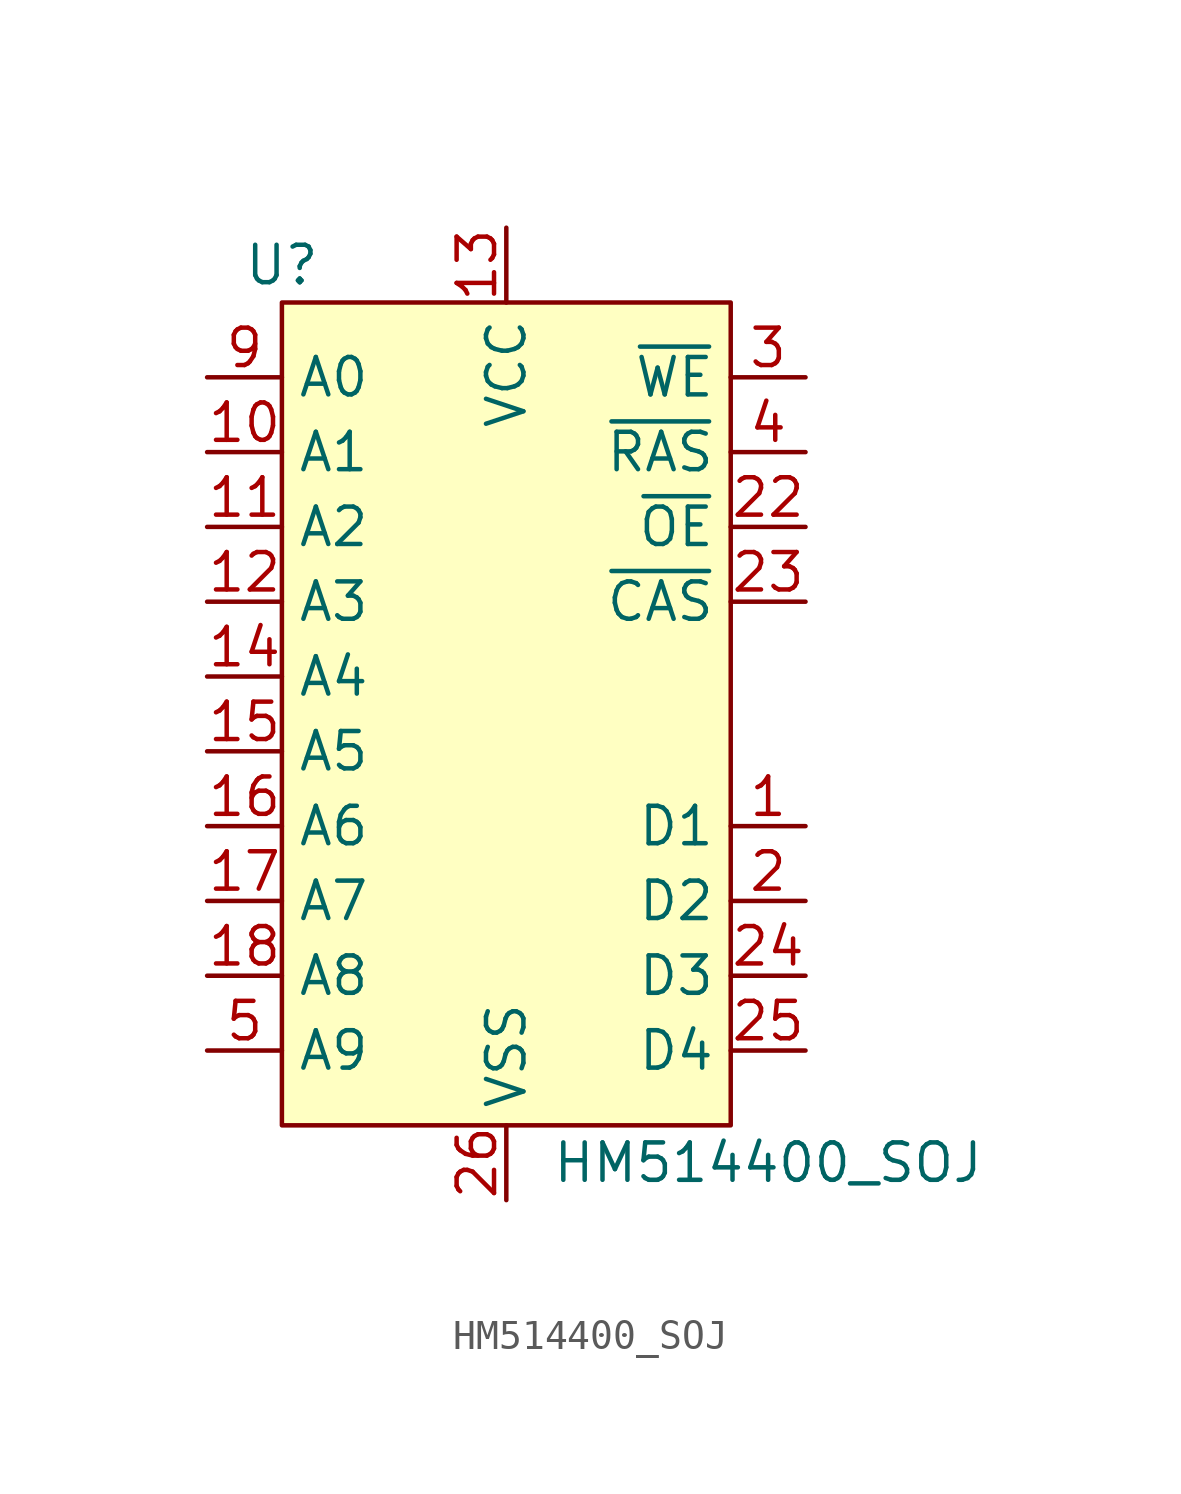
<source format=kicad_sym>
(kicad_symbol_lib
  (version 20220914)
  (generator kicad_symbol_editor)
  (symbol "HM514400_SOJ"
    (property "Reference" "U"
      (at -7.62 16.51 0)
      (effects (font (size 1.27 1.27))))
    (property "Value" "HM514400_SOJ"
      (at 8.89 -13.97 0)
      (effects (font (size 1.27 1.27))))
    (symbol "HM514400_SOJ_1_1"
      (polyline (pts (xy -7.62 15.24) (xy -7.62 -12.7) (xy 7.62 -12.7) (xy 7.62 15.24) (xy -7.62 15.24)) (stroke (width 0) (type default)) (fill (type background)))
      (pin bidirectional line (at 10.16 -2.54 180) (length 2.54) (name "D1" (effects (font (size 1.27 1.27)))) (number "1" (effects (font (size 1.27 1.27)))))
      (pin input line (at -10.16 10.16 0) (length 2.54) (name "A1" (effects (font (size 1.27 1.27)))) (number "10" (effects (font (size 1.27 1.27)))))
      (pin input line (at -10.16 7.62 0) (length 2.54) (name "A2" (effects (font (size 1.27 1.27)))) (number "11" (effects (font (size 1.27 1.27)))))
      (pin input line (at -10.16 5.08 0) (length 2.54) (name "A3" (effects (font (size 1.27 1.27)))) (number "12" (effects (font (size 1.27 1.27)))))
      (pin power_in line (at 0 17.78 270) (length 2.54) (name "VCC" (effects (font (size 1.27 1.27)))) (number "13" (effects (font (size 1.27 1.27)))))
      (pin input line (at -10.16 2.54 0) (length 2.54) (name "A4" (effects (font (size 1.27 1.27)))) (number "14" (effects (font (size 1.27 1.27)))))
      (pin input line (at -10.16 0 0) (length 2.54) (name "A5" (effects (font (size 1.27 1.27)))) (number "15" (effects (font (size 1.27 1.27)))))
      (pin input line (at -10.16 -2.54 0) (length 2.54) (name "A6" (effects (font (size 1.27 1.27)))) (number "16" (effects (font (size 1.27 1.27)))))
      (pin input line (at -10.16 -5.08 0) (length 2.54) (name "A7" (effects (font (size 1.27 1.27)))) (number "17" (effects (font (size 1.27 1.27)))))
      (pin input line (at -10.16 -7.62 0) (length 2.54) (name "A8" (effects (font (size 1.27 1.27)))) (number "18" (effects (font (size 1.27 1.27)))))
      (pin bidirectional line (at 10.16 -5.08 180) (length 2.54) (name "D2" (effects (font (size 1.27 1.27)))) (number "2" (effects (font (size 1.27 1.27)))))
      (pin input line (at 10.16 7.62 180) (length 2.54) (name "~{OE}" (effects (font (size 1.27 1.27)))) (number "22" (effects (font (size 1.27 1.27)))))
      (pin input line (at 10.16 5.08 180) (length 2.54) (name "~{CAS}" (effects (font (size 1.27 1.27)))) (number "23" (effects (font (size 1.27 1.27)))))
      (pin bidirectional line (at 10.16 -7.62 180) (length 2.54) (name "D3" (effects (font (size 1.27 1.27)))) (number "24" (effects (font (size 1.27 1.27)))))
      (pin bidirectional line (at 10.16 -10.16 180) (length 2.54) (name "D4" (effects (font (size 1.27 1.27)))) (number "25" (effects (font (size 1.27 1.27)))))
      (pin power_in line (at 0 -15.24 90) (length 2.54) (name "VSS" (effects (font (size 1.27 1.27)))) (number "26" (effects (font (size 1.27 1.27)))))
      (pin input line (at 10.16 12.7 180) (length 2.54) (name "~{WE}" (effects (font (size 1.27 1.27)))) (number "3" (effects (font (size 1.27 1.27)))))
      (pin input line (at 10.16 10.16 180) (length 2.54) (name "~{RAS}" (effects (font (size 1.27 1.27)))) (number "4" (effects (font (size 1.27 1.27)))))
      (pin input line (at -10.16 -10.16 0) (length 2.54) (name "A9" (effects (font (size 1.27 1.27)))) (number "5" (effects (font (size 1.27 1.27)))))
      (pin input line (at -10.16 12.7 0) (length 2.54) (name "A0" (effects (font (size 1.27 1.27)))) (number "9" (effects (font (size 1.27 1.27))))))))
</source>
